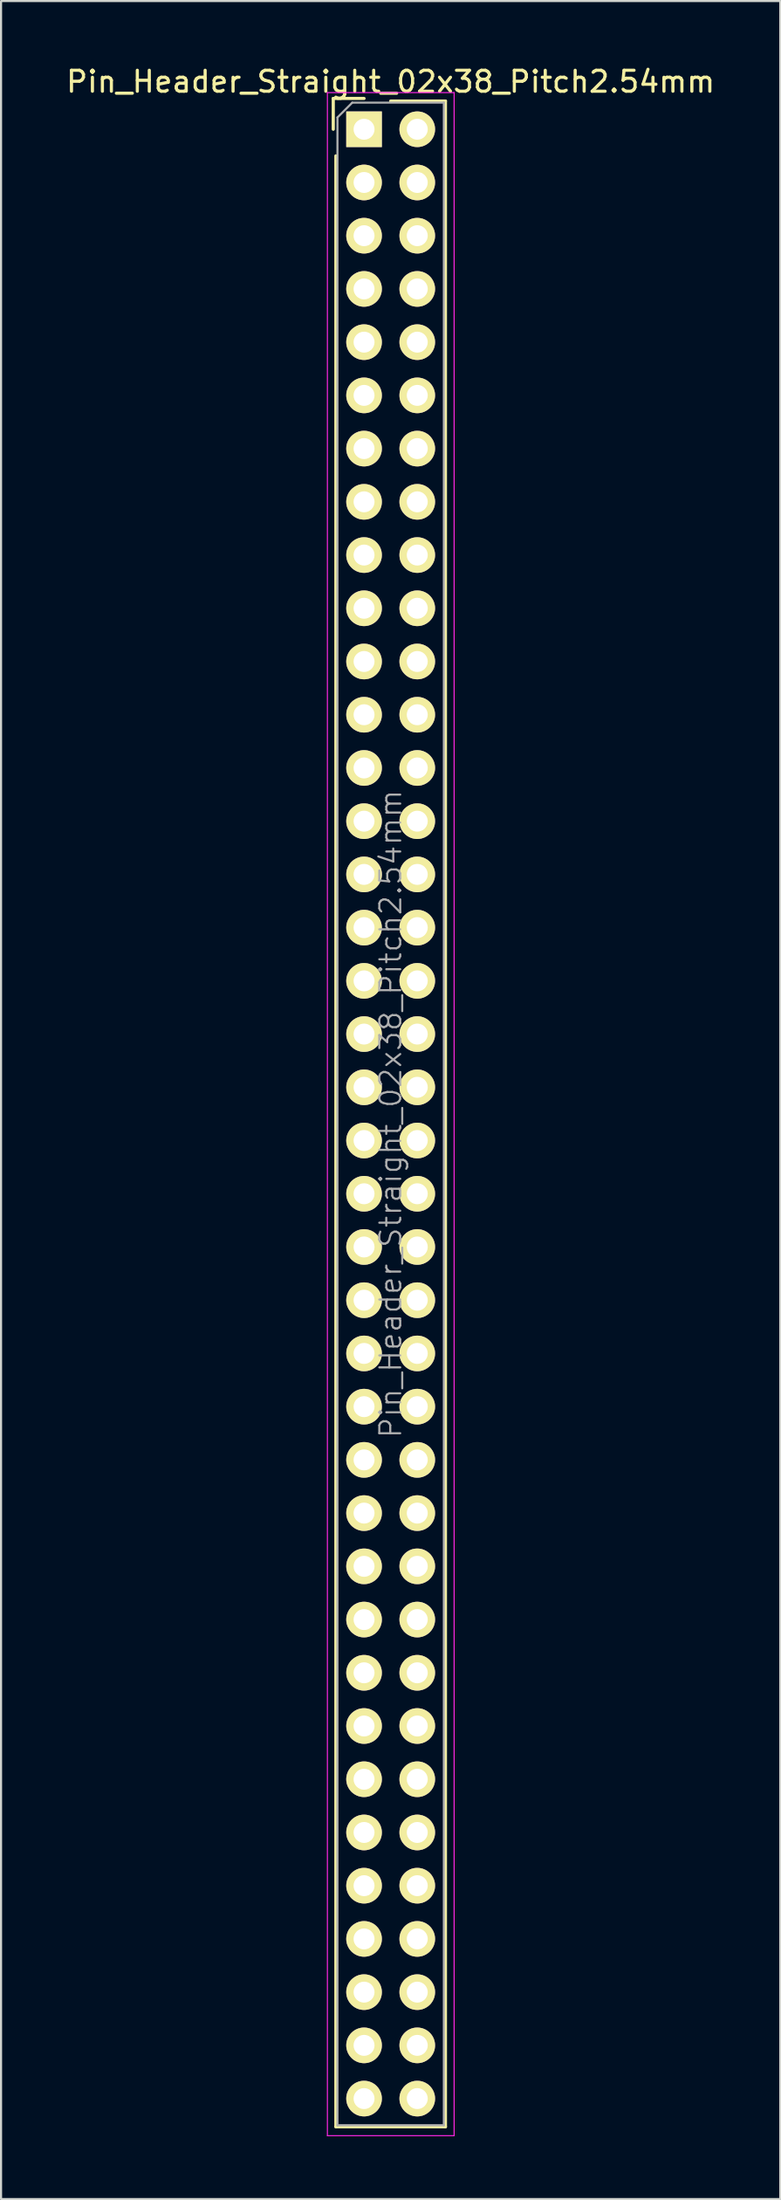
<source format=kicad_pcb>
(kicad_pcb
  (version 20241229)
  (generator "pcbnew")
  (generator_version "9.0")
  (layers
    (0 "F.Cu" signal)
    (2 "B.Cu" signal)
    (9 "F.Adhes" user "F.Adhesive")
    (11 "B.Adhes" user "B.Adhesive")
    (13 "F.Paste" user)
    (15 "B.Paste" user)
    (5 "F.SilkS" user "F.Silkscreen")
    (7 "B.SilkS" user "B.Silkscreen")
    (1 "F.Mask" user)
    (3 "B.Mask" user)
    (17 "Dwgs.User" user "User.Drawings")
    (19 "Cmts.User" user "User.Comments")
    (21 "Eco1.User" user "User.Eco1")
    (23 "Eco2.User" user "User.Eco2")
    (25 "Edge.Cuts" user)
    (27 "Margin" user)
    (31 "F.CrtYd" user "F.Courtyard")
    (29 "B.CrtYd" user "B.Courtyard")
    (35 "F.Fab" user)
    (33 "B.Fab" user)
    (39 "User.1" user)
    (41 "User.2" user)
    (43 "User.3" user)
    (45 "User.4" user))
  (footprint "Pin_Header_Straight_02x38_Pitch2.54mm"
    (layer "F.Cu")
    (at 14.331 3.118)
    (property "Reference" "Pin_Header_Straight_02x38_Pitch2.54mm" (at 1.27 -2.27 0) (layer "F.SilkS") (effects (font (size 1 1) (thickness 0.15))))
    (attr smd)
    (fp_line (start -1.47 -1.47) (end -1.47 0) (stroke (width 0.15) (type solid)) (layer "F.SilkS"))
    (fp_line (start -1.47 -1.47) (end 0 -1.47) (stroke (width 0.15) (type solid)) (layer "F.SilkS"))
    (fp_line (start -1.345 1.27) (end -1.345 95.325) (stroke (width 0.15) (type solid)) (layer "F.SilkS"))
    (fp_line (start -1.345 95.325) (end 3.885 95.325) (stroke (width 0.15) (type solid)) (layer "F.SilkS"))
    (fp_line (start 1.27 -1.345) (end 3.885 -1.345) (stroke (width 0.15) (type solid)) (layer "F.SilkS"))
    (fp_line (start 3.885 -1.345) (end 3.885 95.325) (stroke (width 0.15) (type solid)) (layer "F.SilkS"))
    (fp_line (start -1.75 -1.75) (end -1.75 95.75) (stroke (width 0.05) (type solid)) (layer "F.CrtYd"))
    (fp_line (start 4.3 -1.75) (end -1.75 -1.75) (stroke (width 0.05) (type solid)) (layer "F.CrtYd"))
    (fp_line (start 4.3 -1.75) (end 4.3 95.75) (stroke (width 0.05) (type solid)) (layer "F.CrtYd"))
    (fp_line (start 4.3 95.75) (end -1.75 95.75) (stroke (width 0.05) (type solid)) (layer "F.CrtYd"))
    (fp_line (start -1.27 -0.563) (end -0.563 -1.27) (stroke (width 0.1) (type solid)) (layer "F.Fab"))
    (fp_line (start -1.27 95.25) (end -1.27 -0.563) (stroke (width 0.1) (type solid)) (layer "F.Fab"))
    (fp_line (start 3.81 -1.27) (end -0.563 -1.27) (stroke (width 0.1) (type solid)) (layer "F.Fab"))
    (fp_line (start 3.81 95.25) (end -1.27 95.25) (stroke (width 0.1) (type solid)) (layer "F.Fab"))
    (fp_line (start 3.81 95.25) (end 3.81 -1.27) (stroke (width 0.1) (type solid)) (layer "F.Fab"))
    (fp_text user "${REFERENCE}" (at 1.27 46.99 90) (layer "F.Fab") (effects (font (size 1 1) (thickness 0.1))))
    (pad "1" thru_hole rect (at 0 0) (size 1.7 1.7) (drill 1) (layers "*.Cu" "*.Mask" "F.SilkS"))
    (pad "2" thru_hole oval (at 2.54 0) (size 1.7 1.7) (drill 1) (layers "*.Cu" "*.Mask" "F.SilkS"))
    (pad "3" thru_hole oval (at 0 2.54) (size 1.7 1.7) (drill 1) (layers "*.Cu" "*.Mask" "F.SilkS"))
    (pad "4" thru_hole oval (at 2.54 2.54) (size 1.7 1.7) (drill 1) (layers "*.Cu" "*.Mask" "F.SilkS"))
    (pad "5" thru_hole oval (at 0 5.08) (size 1.7 1.7) (drill 1) (layers "*.Cu" "*.Mask" "F.SilkS"))
    (pad "6" thru_hole oval (at 2.54 5.08) (size 1.7 1.7) (drill 1) (layers "*.Cu" "*.Mask" "F.SilkS"))
    (pad "7" thru_hole oval (at 0 7.62) (size 1.7 1.7) (drill 1) (layers "*.Cu" "*.Mask" "F.SilkS"))
    (pad "8" thru_hole oval (at 2.54 7.62) (size 1.7 1.7) (drill 1) (layers "*.Cu" "*.Mask" "F.SilkS"))
    (pad "9" thru_hole oval (at 0 10.16) (size 1.7 1.7) (drill 1) (layers "*.Cu" "*.Mask" "F.SilkS"))
    (pad "10" thru_hole oval (at 2.54 10.16) (size 1.7 1.7) (drill 1) (layers "*.Cu" "*.Mask" "F.SilkS"))
    (pad "11" thru_hole oval (at 0 12.7) (size 1.7 1.7) (drill 1) (layers "*.Cu" "*.Mask" "F.SilkS"))
    (pad "12" thru_hole oval (at 2.54 12.7) (size 1.7 1.7) (drill 1) (layers "*.Cu" "*.Mask" "F.SilkS"))
    (pad "13" thru_hole oval (at 0 15.24) (size 1.7 1.7) (drill 1) (layers "*.Cu" "*.Mask" "F.SilkS"))
    (pad "14" thru_hole oval (at 2.54 15.24) (size 1.7 1.7) (drill 1) (layers "*.Cu" "*.Mask" "F.SilkS"))
    (pad "15" thru_hole oval (at 0 17.78) (size 1.7 1.7) (drill 1) (layers "*.Cu" "*.Mask" "F.SilkS"))
    (pad "16" thru_hole oval (at 2.54 17.78) (size 1.7 1.7) (drill 1) (layers "*.Cu" "*.Mask" "F.SilkS"))
    (pad "17" thru_hole oval (at 0 20.32) (size 1.7 1.7) (drill 1) (layers "*.Cu" "*.Mask" "F.SilkS"))
    (pad "18" thru_hole oval (at 2.54 20.32) (size 1.7 1.7) (drill 1) (layers "*.Cu" "*.Mask" "F.SilkS"))
    (pad "19" thru_hole oval (at 0 22.86) (size 1.7 1.7) (drill 1) (layers "*.Cu" "*.Mask" "F.SilkS"))
    (pad "20" thru_hole oval (at 2.54 22.86) (size 1.7 1.7) (drill 1) (layers "*.Cu" "*.Mask" "F.SilkS"))
    (pad "21" thru_hole oval (at 0 25.4) (size 1.7 1.7) (drill 1) (layers "*.Cu" "*.Mask" "F.SilkS"))
    (pad "22" thru_hole oval (at 2.54 25.4) (size 1.7 1.7) (drill 1) (layers "*.Cu" "*.Mask" "F.SilkS"))
    (pad "23" thru_hole oval (at 0 27.94) (size 1.7 1.7) (drill 1) (layers "*.Cu" "*.Mask" "F.SilkS"))
    (pad "24" thru_hole oval (at 2.54 27.94) (size 1.7 1.7) (drill 1) (layers "*.Cu" "*.Mask" "F.SilkS"))
    (pad "25" thru_hole oval (at 0 30.48) (size 1.7 1.7) (drill 1) (layers "*.Cu" "*.Mask" "F.SilkS"))
    (pad "26" thru_hole oval (at 2.54 30.48) (size 1.7 1.7) (drill 1) (layers "*.Cu" "*.Mask" "F.SilkS"))
    (pad "27" thru_hole oval (at 0 33.02) (size 1.7 1.7) (drill 1) (layers "*.Cu" "*.Mask" "F.SilkS"))
    (pad "28" thru_hole oval (at 2.54 33.02) (size 1.7 1.7) (drill 1) (layers "*.Cu" "*.Mask" "F.SilkS"))
    (pad "29" thru_hole oval (at 0 35.56) (size 1.7 1.7) (drill 1) (layers "*.Cu" "*.Mask" "F.SilkS"))
    (pad "30" thru_hole oval (at 2.54 35.56) (size 1.7 1.7) (drill 1) (layers "*.Cu" "*.Mask" "F.SilkS"))
    (pad "31" thru_hole oval (at 0 38.1) (size 1.7 1.7) (drill 1) (layers "*.Cu" "*.Mask" "F.SilkS"))
    (pad "32" thru_hole oval (at 2.54 38.1) (size 1.7 1.7) (drill 1) (layers "*.Cu" "*.Mask" "F.SilkS"))
    (pad "33" thru_hole oval (at 0 40.64) (size 1.7 1.7) (drill 1) (layers "*.Cu" "*.Mask" "F.SilkS"))
    (pad "34" thru_hole oval (at 2.54 40.64) (size 1.7 1.7) (drill 1) (layers "*.Cu" "*.Mask" "F.SilkS"))
    (pad "35" thru_hole oval (at 0 43.18) (size 1.7 1.7) (drill 1) (layers "*.Cu" "*.Mask" "F.SilkS"))
    (pad "36" thru_hole oval (at 2.54 43.18) (size 1.7 1.7) (drill 1) (layers "*.Cu" "*.Mask" "F.SilkS"))
    (pad "37" thru_hole oval (at 0 45.72) (size 1.7 1.7) (drill 1) (layers "*.Cu" "*.Mask" "F.SilkS"))
    (pad "38" thru_hole oval (at 2.54 45.72) (size 1.7 1.7) (drill 1) (layers "*.Cu" "*.Mask" "F.SilkS"))
    (pad "39" thru_hole oval (at 0 48.26) (size 1.7 1.7) (drill 1) (layers "*.Cu" "*.Mask" "F.SilkS"))
    (pad "40" thru_hole oval (at 2.54 48.26) (size 1.7 1.7) (drill 1) (layers "*.Cu" "*.Mask" "F.SilkS"))
    (pad "41" thru_hole oval (at 0 50.8) (size 1.7 1.7) (drill 1) (layers "*.Cu" "*.Mask" "F.SilkS"))
    (pad "42" thru_hole oval (at 2.54 50.8) (size 1.7 1.7) (drill 1) (layers "*.Cu" "*.Mask" "F.SilkS"))
    (pad "43" thru_hole oval (at 0 53.34) (size 1.7 1.7) (drill 1) (layers "*.Cu" "*.Mask" "F.SilkS"))
    (pad "44" thru_hole oval (at 2.54 53.34) (size 1.7 1.7) (drill 1) (layers "*.Cu" "*.Mask" "F.SilkS"))
    (pad "45" thru_hole oval (at 0 55.88) (size 1.7 1.7) (drill 1) (layers "*.Cu" "*.Mask" "F.SilkS"))
    (pad "46" thru_hole oval (at 2.54 55.88) (size 1.7 1.7) (drill 1) (layers "*.Cu" "*.Mask" "F.SilkS"))
    (pad "47" thru_hole oval (at 0 58.42) (size 1.7 1.7) (drill 1) (layers "*.Cu" "*.Mask" "F.SilkS"))
    (pad "48" thru_hole oval (at 2.54 58.42) (size 1.7 1.7) (drill 1) (layers "*.Cu" "*.Mask" "F.SilkS"))
    (pad "49" thru_hole oval (at 0 60.96) (size 1.7 1.7) (drill 1) (layers "*.Cu" "*.Mask" "F.SilkS"))
    (pad "50" thru_hole oval (at 2.54 60.96) (size 1.7 1.7) (drill 1) (layers "*.Cu" "*.Mask" "F.SilkS"))
    (pad "51" thru_hole oval (at 0 63.5) (size 1.7 1.7) (drill 1) (layers "*.Cu" "*.Mask" "F.SilkS"))
    (pad "52" thru_hole oval (at 2.54 63.5) (size 1.7 1.7) (drill 1) (layers "*.Cu" "*.Mask" "F.SilkS"))
    (pad "53" thru_hole oval (at 0 66.04) (size 1.7 1.7) (drill 1) (layers "*.Cu" "*.Mask" "F.SilkS"))
    (pad "54" thru_hole oval (at 2.54 66.04) (size 1.7 1.7) (drill 1) (layers "*.Cu" "*.Mask" "F.SilkS"))
    (pad "55" thru_hole oval (at 0 68.58) (size 1.7 1.7) (drill 1) (layers "*.Cu" "*.Mask" "F.SilkS"))
    (pad "56" thru_hole oval (at 2.54 68.58) (size 1.7 1.7) (drill 1) (layers "*.Cu" "*.Mask" "F.SilkS"))
    (pad "57" thru_hole oval (at 0 71.12) (size 1.7 1.7) (drill 1) (layers "*.Cu" "*.Mask" "F.SilkS"))
    (pad "58" thru_hole oval (at 2.54 71.12) (size 1.7 1.7) (drill 1) (layers "*.Cu" "*.Mask" "F.SilkS"))
    (pad "59" thru_hole oval (at 0 73.66) (size 1.7 1.7) (drill 1) (layers "*.Cu" "*.Mask" "F.SilkS"))
    (pad "60" thru_hole oval (at 2.54 73.66) (size 1.7 1.7) (drill 1) (layers "*.Cu" "*.Mask" "F.SilkS"))
    (pad "61" thru_hole oval (at 0 76.2) (size 1.7 1.7) (drill 1) (layers "*.Cu" "*.Mask" "F.SilkS"))
    (pad "62" thru_hole oval (at 2.54 76.2) (size 1.7 1.7) (drill 1) (layers "*.Cu" "*.Mask" "F.SilkS"))
    (pad "63" thru_hole oval (at 0 78.74) (size 1.7 1.7) (drill 1) (layers "*.Cu" "*.Mask" "F.SilkS"))
    (pad "64" thru_hole oval (at 2.54 78.74) (size 1.7 1.7) (drill 1) (layers "*.Cu" "*.Mask" "F.SilkS"))
    (pad "65" thru_hole oval (at 0 81.28) (size 1.7 1.7) (drill 1) (layers "*.Cu" "*.Mask" "F.SilkS"))
    (pad "66" thru_hole oval (at 2.54 81.28) (size 1.7 1.7) (drill 1) (layers "*.Cu" "*.Mask" "F.SilkS"))
    (pad "67" thru_hole oval (at 0 83.82) (size 1.7 1.7) (drill 1) (layers "*.Cu" "*.Mask" "F.SilkS"))
    (pad "68" thru_hole oval (at 2.54 83.82) (size 1.7 1.7) (drill 1) (layers "*.Cu" "*.Mask" "F.SilkS"))
    (pad "69" thru_hole oval (at 0 86.36) (size 1.7 1.7) (drill 1) (layers "*.Cu" "*.Mask" "F.SilkS"))
    (pad "70" thru_hole oval (at 2.54 86.36) (size 1.7 1.7) (drill 1) (layers "*.Cu" "*.Mask" "F.SilkS"))
    (pad "71" thru_hole oval (at 0 88.9) (size 1.7 1.7) (drill 1) (layers "*.Cu" "*.Mask" "F.SilkS"))
    (pad "72" thru_hole oval (at 2.54 88.9) (size 1.7 1.7) (drill 1) (layers "*.Cu" "*.Mask" "F.SilkS"))
    (pad "73" thru_hole oval (at 0 91.44) (size 1.7 1.7) (drill 1) (layers "*.Cu" "*.Mask" "F.SilkS"))
    (pad "74" thru_hole oval (at 2.54 91.44) (size 1.7 1.7) (drill 1) (layers "*.Cu" "*.Mask" "F.SilkS"))
    (pad "75" thru_hole oval (at 0 93.98) (size 1.7 1.7) (drill 1) (layers "*.Cu" "*.Mask" "F.SilkS"))
    (pad "76" thru_hole oval (at 2.54 93.98) (size 1.7 1.7) (drill 1) (layers "*.Cu" "*.Mask" "F.SilkS")))
  (gr_rect
    (start -3 -3)
    (end 34.202 101.893)
    (stroke (width 0.1) (type default))
    (fill no)
    (layer "Edge.Cuts")))
</source>
